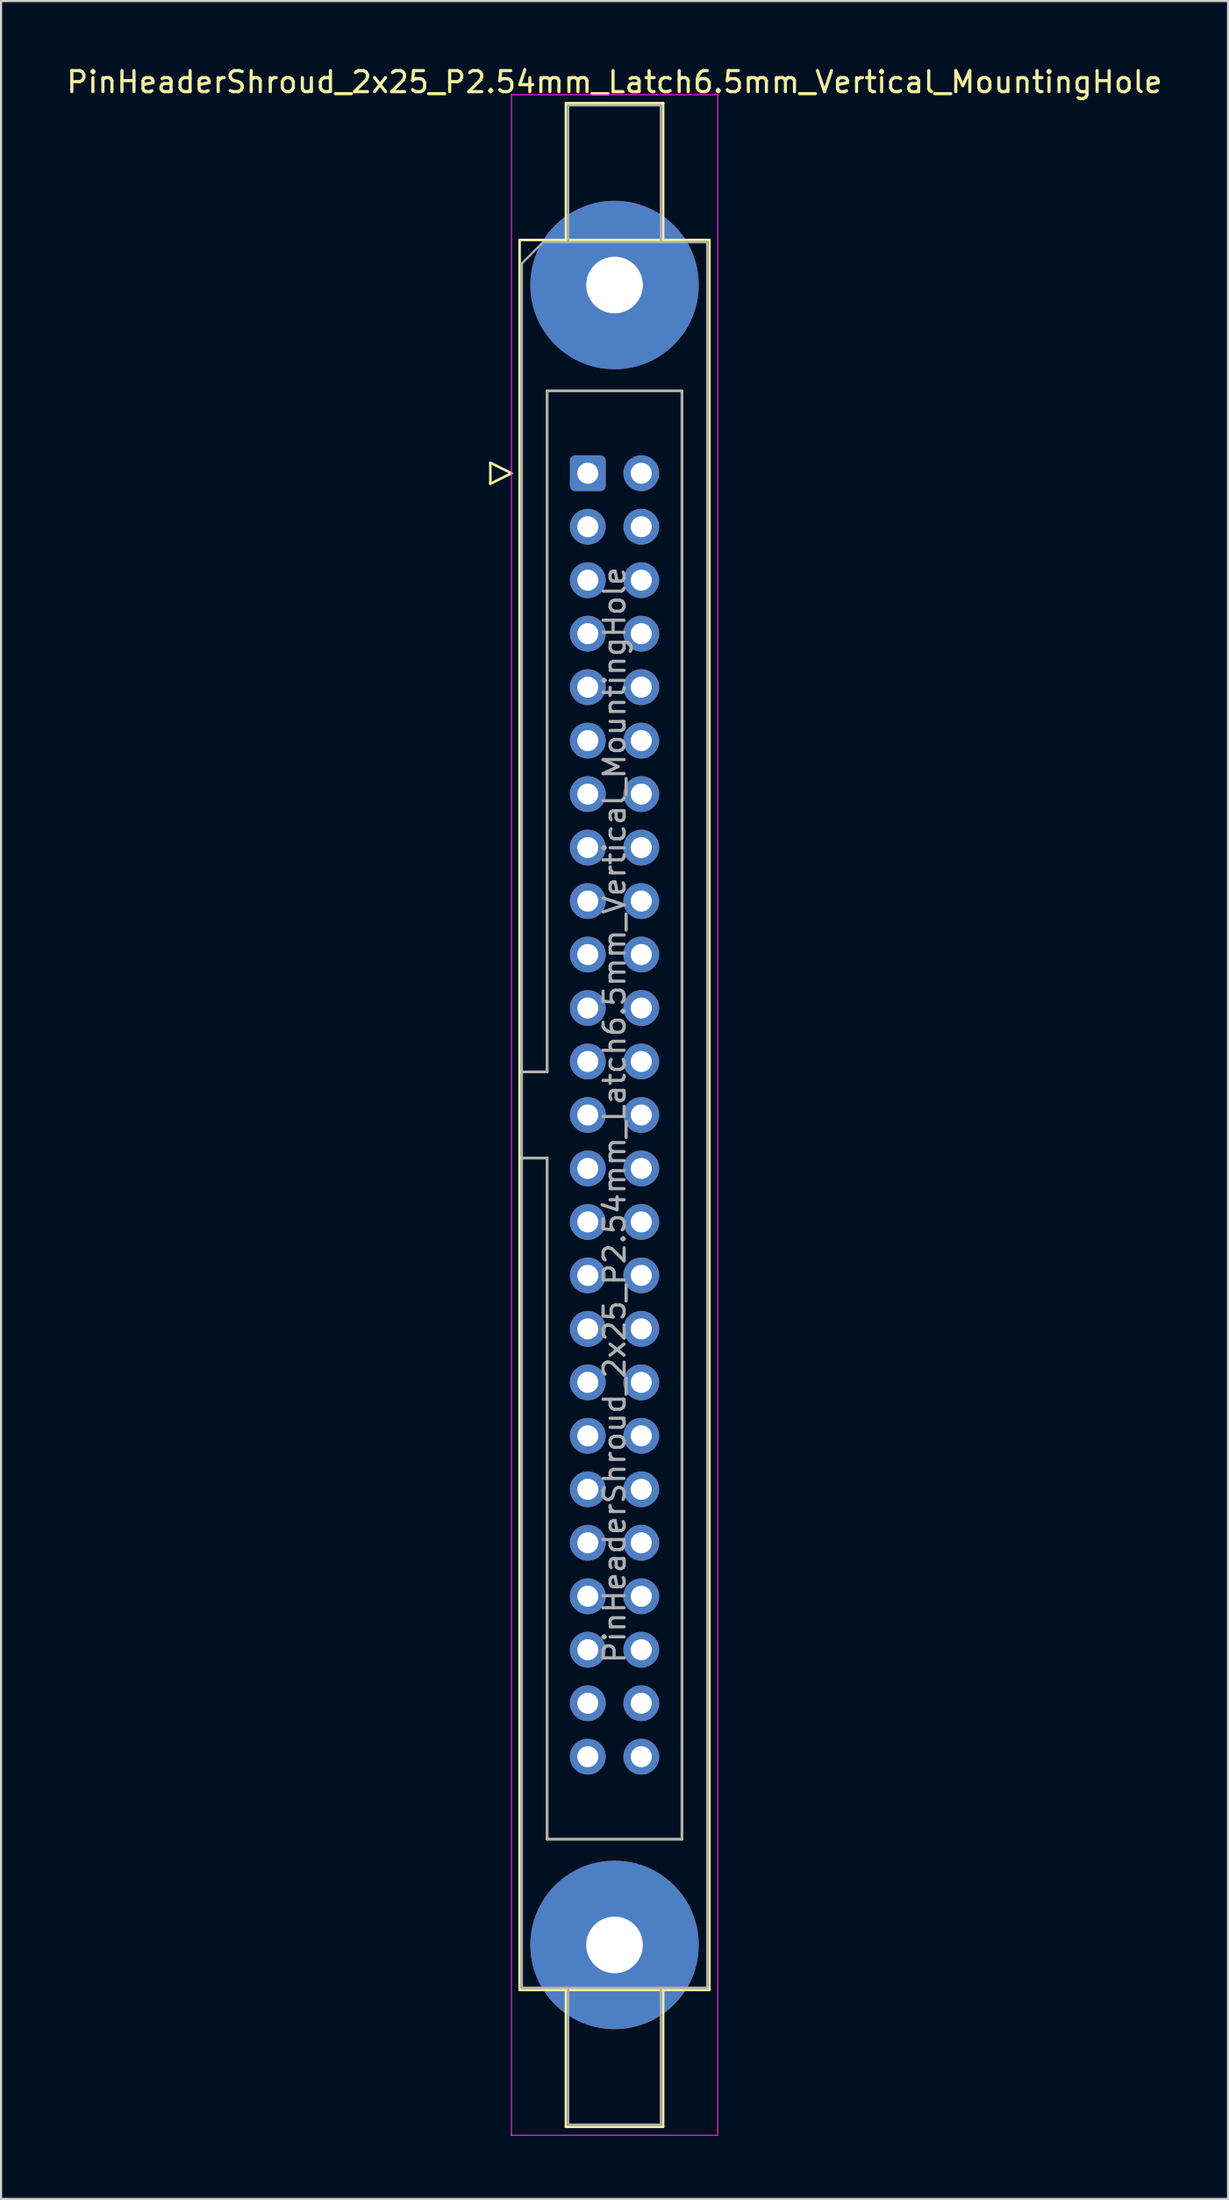
<source format=kicad_pcb>
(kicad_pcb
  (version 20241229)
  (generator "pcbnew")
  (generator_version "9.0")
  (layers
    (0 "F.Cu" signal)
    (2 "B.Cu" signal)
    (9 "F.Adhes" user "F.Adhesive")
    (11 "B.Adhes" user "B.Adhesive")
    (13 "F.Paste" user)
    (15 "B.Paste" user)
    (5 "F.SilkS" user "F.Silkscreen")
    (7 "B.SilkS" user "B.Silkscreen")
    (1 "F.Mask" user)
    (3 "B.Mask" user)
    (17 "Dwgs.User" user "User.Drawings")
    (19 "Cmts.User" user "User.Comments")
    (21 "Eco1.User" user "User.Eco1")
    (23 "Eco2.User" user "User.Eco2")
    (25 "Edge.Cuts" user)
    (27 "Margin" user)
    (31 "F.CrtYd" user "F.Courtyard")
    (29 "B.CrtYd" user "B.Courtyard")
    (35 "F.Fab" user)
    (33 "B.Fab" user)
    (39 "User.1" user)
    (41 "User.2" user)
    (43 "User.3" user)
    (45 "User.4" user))
  (footprint "PinHeaderShroud_2x25_P2.54mm_Latch6.5mm_Vertical_MountingHole"
    (layer "F.Cu")
    (at 24.879 19.428)
    (property "Reference" "PinHeaderShroud_2x25_P2.54mm_Latch6.5mm_Vertical_MountingHole" (at 1.27 -18.58 0) (layer "F.SilkS") (effects (font (size 1 1) (thickness 0.15))))
    (attr through_hole)
    (fp_line (start -4.63 -0.5) (end -4.63 0.5) (stroke (width 0.12) (type solid)) (layer "F.SilkS"))
    (fp_line (start -4.63 0.5) (end -3.63 0) (stroke (width 0.12) (type solid)) (layer "F.SilkS"))
    (fp_line (start -3.63 0) (end -4.63 -0.5) (stroke (width 0.12) (type solid)) (layer "F.SilkS"))
    (fp_line (start -3.24 -11.08) (end 5.78 -11.08) (stroke (width 0.12) (type solid)) (layer "F.SilkS"))
    (fp_line (start -3.24 28.43) (end -1.93 28.43) (stroke (width 0.12) (type solid)) (layer "F.SilkS"))
    (fp_line (start -3.24 32.53) (end -1.93 32.53) (stroke (width 0.12) (type solid)) (layer "F.SilkS"))
    (fp_line (start -3.24 72.04) (end -3.24 -11.08) (stroke (width 0.12) (type solid)) (layer "F.SilkS"))
    (fp_line (start -1.93 -3.92) (end 4.47 -3.92) (stroke (width 0.12) (type solid)) (layer "F.SilkS"))
    (fp_line (start -1.93 28.43) (end -1.93 -3.92) (stroke (width 0.12) (type solid)) (layer "F.SilkS"))
    (fp_line (start -1.93 64.88) (end -1.93 32.53) (stroke (width 0.12) (type solid)) (layer "F.SilkS"))
    (fp_line (start -1.04 -17.58) (end 3.58 -17.58) (stroke (width 0.12) (type solid)) (layer "F.SilkS"))
    (fp_line (start -1.04 -11.08) (end -1.04 -17.58) (stroke (width 0.12) (type solid)) (layer "F.SilkS"))
    (fp_line (start -1.04 72.04) (end -1.04 78.54) (stroke (width 0.12) (type solid)) (layer "F.SilkS"))
    (fp_line (start -1.04 78.54) (end 3.58 78.54) (stroke (width 0.12) (type solid)) (layer "F.SilkS"))
    (fp_line (start 3.58 -17.58) (end 3.58 -11.08) (stroke (width 0.12) (type solid)) (layer "F.SilkS"))
    (fp_line (start 3.58 78.54) (end 3.58 72.04) (stroke (width 0.12) (type solid)) (layer "F.SilkS"))
    (fp_line (start 4.47 -3.92) (end 4.47 64.88) (stroke (width 0.12) (type solid)) (layer "F.SilkS"))
    (fp_line (start 4.47 64.88) (end -1.93 64.88) (stroke (width 0.12) (type solid)) (layer "F.SilkS"))
    (fp_line (start 5.78 -11.08) (end 5.78 72.04) (stroke (width 0.12) (type solid)) (layer "F.SilkS"))
    (fp_line (start 5.78 72.04) (end -3.24 72.04) (stroke (width 0.12) (type solid)) (layer "F.SilkS"))
    (fp_line (start -3.63 -17.98) (end -3.63 78.94) (stroke (width 0.05) (type solid)) (layer "F.CrtYd"))
    (fp_line (start -3.63 78.94) (end 6.17 78.94) (stroke (width 0.05) (type solid)) (layer "F.CrtYd"))
    (fp_line (start 6.17 -17.98) (end -3.63 -17.98) (stroke (width 0.05) (type solid)) (layer "F.CrtYd"))
    (fp_line (start 6.17 78.94) (end 6.17 -17.98) (stroke (width 0.05) (type solid)) (layer "F.CrtYd"))
    (fp_line (start -3.13 -9.97) (end -2.13 -10.97) (stroke (width 0.1) (type solid)) (layer "F.Fab"))
    (fp_line (start -3.13 28.43) (end -1.93 28.43) (stroke (width 0.1) (type solid)) (layer "F.Fab"))
    (fp_line (start -3.13 32.53) (end -1.93 32.53) (stroke (width 0.1) (type solid)) (layer "F.Fab"))
    (fp_line (start -3.13 71.93) (end -3.13 -9.97) (stroke (width 0.1) (type solid)) (layer "F.Fab"))
    (fp_line (start -2.13 -10.97) (end 5.67 -10.97) (stroke (width 0.1) (type solid)) (layer "F.Fab"))
    (fp_line (start -1.93 -3.92) (end 4.47 -3.92) (stroke (width 0.1) (type solid)) (layer "F.Fab"))
    (fp_line (start -1.93 28.43) (end -1.93 -3.92) (stroke (width 0.1) (type solid)) (layer "F.Fab"))
    (fp_line (start -1.93 64.88) (end -1.93 32.53) (stroke (width 0.1) (type solid)) (layer "F.Fab"))
    (fp_line (start -0.93 -17.47) (end 3.47 -17.47) (stroke (width 0.1) (type solid)) (layer "F.Fab"))
    (fp_line (start -0.93 -10.97) (end -0.93 -17.47) (stroke (width 0.1) (type solid)) (layer "F.Fab"))
    (fp_line (start -0.93 71.93) (end -0.93 78.43) (stroke (width 0.1) (type solid)) (layer "F.Fab"))
    (fp_line (start -0.93 78.43) (end 3.47 78.43) (stroke (width 0.1) (type solid)) (layer "F.Fab"))
    (fp_line (start 3.47 -17.47) (end 3.47 -10.97) (stroke (width 0.1) (type solid)) (layer "F.Fab"))
    (fp_line (start 3.47 78.43) (end 3.47 71.93) (stroke (width 0.1) (type solid)) (layer "F.Fab"))
    (fp_line (start 4.47 -3.92) (end 4.47 64.88) (stroke (width 0.1) (type solid)) (layer "F.Fab"))
    (fp_line (start 4.47 64.88) (end -1.93 64.88) (stroke (width 0.1) (type solid)) (layer "F.Fab"))
    (fp_line (start 5.67 -10.97) (end 5.67 71.93) (stroke (width 0.1) (type solid)) (layer "F.Fab"))
    (fp_line (start 5.67 71.93) (end -3.13 71.93) (stroke (width 0.1) (type solid)) (layer "F.Fab"))
    (fp_text user "${REFERENCE}" (at 1.27 30.48 90) (layer "F.Fab") (effects (font (size 1 1) (thickness 0.15))))
    (pad "" thru_hole circle (at 1.27 -8.94) (size 8 8) (drill 2.69) (layers "*.Cu" "*.Mask"))
    (pad "" thru_hole circle (at 1.27 69.9) (size 8 8) (drill 2.69) (layers "*.Cu" "*.Mask"))
    (pad "1" thru_hole roundrect (at 0 0) (size 1.7 1.7) (drill 1) (layers "*.Cu" "*.Mask") (roundrect_rratio 0.147))
    (pad "2" thru_hole circle (at 2.54 0) (size 1.7 1.7) (drill 1) (layers "*.Cu" "*.Mask"))
    (pad "3" thru_hole circle (at 0 2.54) (size 1.7 1.7) (drill 1) (layers "*.Cu" "*.Mask"))
    (pad "4" thru_hole circle (at 2.54 2.54) (size 1.7 1.7) (drill 1) (layers "*.Cu" "*.Mask"))
    (pad "5" thru_hole circle (at 0 5.08) (size 1.7 1.7) (drill 1) (layers "*.Cu" "*.Mask"))
    (pad "6" thru_hole circle (at 2.54 5.08) (size 1.7 1.7) (drill 1) (layers "*.Cu" "*.Mask"))
    (pad "7" thru_hole circle (at 0 7.62) (size 1.7 1.7) (drill 1) (layers "*.Cu" "*.Mask"))
    (pad "8" thru_hole circle (at 2.54 7.62) (size 1.7 1.7) (drill 1) (layers "*.Cu" "*.Mask"))
    (pad "9" thru_hole circle (at 0 10.16) (size 1.7 1.7) (drill 1) (layers "*.Cu" "*.Mask"))
    (pad "10" thru_hole circle (at 2.54 10.16) (size 1.7 1.7) (drill 1) (layers "*.Cu" "*.Mask"))
    (pad "11" thru_hole circle (at 0 12.7) (size 1.7 1.7) (drill 1) (layers "*.Cu" "*.Mask"))
    (pad "12" thru_hole circle (at 2.54 12.7) (size 1.7 1.7) (drill 1) (layers "*.Cu" "*.Mask"))
    (pad "13" thru_hole circle (at 0 15.24) (size 1.7 1.7) (drill 1) (layers "*.Cu" "*.Mask"))
    (pad "14" thru_hole circle (at 2.54 15.24) (size 1.7 1.7) (drill 1) (layers "*.Cu" "*.Mask"))
    (pad "15" thru_hole circle (at 0 17.78) (size 1.7 1.7) (drill 1) (layers "*.Cu" "*.Mask"))
    (pad "16" thru_hole circle (at 2.54 17.78) (size 1.7 1.7) (drill 1) (layers "*.Cu" "*.Mask"))
    (pad "17" thru_hole circle (at 0 20.32) (size 1.7 1.7) (drill 1) (layers "*.Cu" "*.Mask"))
    (pad "18" thru_hole circle (at 2.54 20.32) (size 1.7 1.7) (drill 1) (layers "*.Cu" "*.Mask"))
    (pad "19" thru_hole circle (at 0 22.86) (size 1.7 1.7) (drill 1) (layers "*.Cu" "*.Mask"))
    (pad "20" thru_hole circle (at 2.54 22.86) (size 1.7 1.7) (drill 1) (layers "*.Cu" "*.Mask"))
    (pad "21" thru_hole circle (at 0 25.4) (size 1.7 1.7) (drill 1) (layers "*.Cu" "*.Mask"))
    (pad "22" thru_hole circle (at 2.54 25.4) (size 1.7 1.7) (drill 1) (layers "*.Cu" "*.Mask"))
    (pad "23" thru_hole circle (at 0 27.94) (size 1.7 1.7) (drill 1) (layers "*.Cu" "*.Mask"))
    (pad "24" thru_hole circle (at 2.54 27.94) (size 1.7 1.7) (drill 1) (layers "*.Cu" "*.Mask"))
    (pad "25" thru_hole circle (at 0 30.48) (size 1.7 1.7) (drill 1) (layers "*.Cu" "*.Mask"))
    (pad "26" thru_hole circle (at 2.54 30.48) (size 1.7 1.7) (drill 1) (layers "*.Cu" "*.Mask"))
    (pad "27" thru_hole circle (at 0 33.02) (size 1.7 1.7) (drill 1) (layers "*.Cu" "*.Mask"))
    (pad "28" thru_hole circle (at 2.54 33.02) (size 1.7 1.7) (drill 1) (layers "*.Cu" "*.Mask"))
    (pad "29" thru_hole circle (at 0 35.56) (size 1.7 1.7) (drill 1) (layers "*.Cu" "*.Mask"))
    (pad "30" thru_hole circle (at 2.54 35.56) (size 1.7 1.7) (drill 1) (layers "*.Cu" "*.Mask"))
    (pad "31" thru_hole circle (at 0 38.1) (size 1.7 1.7) (drill 1) (layers "*.Cu" "*.Mask"))
    (pad "32" thru_hole circle (at 2.54 38.1) (size 1.7 1.7) (drill 1) (layers "*.Cu" "*.Mask"))
    (pad "33" thru_hole circle (at 0 40.64) (size 1.7 1.7) (drill 1) (layers "*.Cu" "*.Mask"))
    (pad "34" thru_hole circle (at 2.54 40.64) (size 1.7 1.7) (drill 1) (layers "*.Cu" "*.Mask"))
    (pad "35" thru_hole circle (at 0 43.18) (size 1.7 1.7) (drill 1) (layers "*.Cu" "*.Mask"))
    (pad "36" thru_hole circle (at 2.54 43.18) (size 1.7 1.7) (drill 1) (layers "*.Cu" "*.Mask"))
    (pad "37" thru_hole circle (at 0 45.72) (size 1.7 1.7) (drill 1) (layers "*.Cu" "*.Mask"))
    (pad "38" thru_hole circle (at 2.54 45.72) (size 1.7 1.7) (drill 1) (layers "*.Cu" "*.Mask"))
    (pad "39" thru_hole circle (at 0 48.26) (size 1.7 1.7) (drill 1) (layers "*.Cu" "*.Mask"))
    (pad "40" thru_hole circle (at 2.54 48.26) (size 1.7 1.7) (drill 1) (layers "*.Cu" "*.Mask"))
    (pad "41" thru_hole circle (at 0 50.8) (size 1.7 1.7) (drill 1) (layers "*.Cu" "*.Mask"))
    (pad "42" thru_hole circle (at 2.54 50.8) (size 1.7 1.7) (drill 1) (layers "*.Cu" "*.Mask"))
    (pad "43" thru_hole circle (at 0 53.34) (size 1.7 1.7) (drill 1) (layers "*.Cu" "*.Mask"))
    (pad "44" thru_hole circle (at 2.54 53.34) (size 1.7 1.7) (drill 1) (layers "*.Cu" "*.Mask"))
    (pad "45" thru_hole circle (at 0 55.88) (size 1.7 1.7) (drill 1) (layers "*.Cu" "*.Mask"))
    (pad "46" thru_hole circle (at 2.54 55.88) (size 1.7 1.7) (drill 1) (layers "*.Cu" "*.Mask"))
    (pad "47" thru_hole circle (at 0 58.42) (size 1.7 1.7) (drill 1) (layers "*.Cu" "*.Mask"))
    (pad "48" thru_hole circle (at 2.54 58.42) (size 1.7 1.7) (drill 1) (layers "*.Cu" "*.Mask"))
    (pad "49" thru_hole circle (at 0 60.96) (size 1.7 1.7) (drill 1) (layers "*.Cu" "*.Mask"))
    (pad "50" thru_hole circle (at 2.54 60.96) (size 1.7 1.7) (drill 1) (layers "*.Cu" "*.Mask")))
  (gr_rect
    (start -3 -3)
    (end 55.298 101.393)
    (stroke (width 0.1) (type default))
    (fill no)
    (layer "Edge.Cuts")))
</source>
